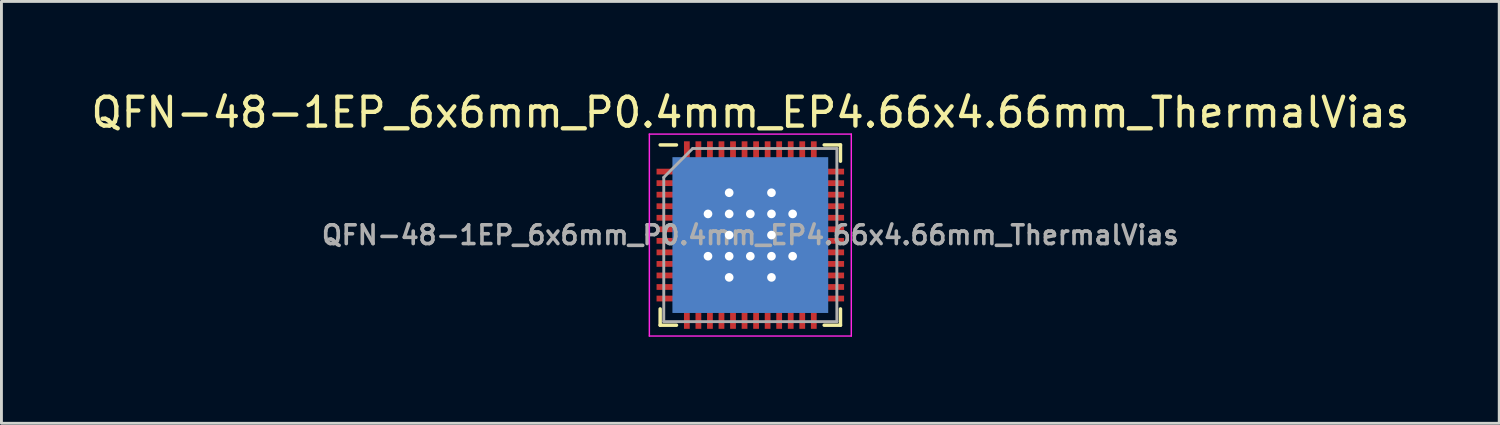
<source format=kicad_pcb>
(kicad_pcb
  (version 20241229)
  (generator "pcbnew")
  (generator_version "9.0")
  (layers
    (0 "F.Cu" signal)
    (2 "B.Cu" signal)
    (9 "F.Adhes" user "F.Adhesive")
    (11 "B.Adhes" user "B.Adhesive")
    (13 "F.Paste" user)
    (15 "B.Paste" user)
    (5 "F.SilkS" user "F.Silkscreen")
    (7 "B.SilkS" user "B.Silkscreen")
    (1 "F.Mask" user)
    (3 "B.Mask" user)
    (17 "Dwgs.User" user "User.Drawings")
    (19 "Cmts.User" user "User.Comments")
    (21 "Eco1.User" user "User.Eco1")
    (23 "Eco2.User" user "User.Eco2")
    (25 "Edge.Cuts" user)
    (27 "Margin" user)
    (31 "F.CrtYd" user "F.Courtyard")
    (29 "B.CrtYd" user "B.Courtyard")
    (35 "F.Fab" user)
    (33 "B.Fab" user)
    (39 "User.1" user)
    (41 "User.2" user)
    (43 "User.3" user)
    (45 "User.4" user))
  (footprint "QFN-48-1EP_6x6mm_P0.4mm_EP4.66x4.66mm_ThermalVias"
    (layer "F.Cu")
    (at 22.958 5.098)
    (property "Reference" "QFN-48-1EP_6x6mm_P0.4mm_EP4.66x4.66mm_ThermalVias" (at 0 -4.25 0) (layer "F.SilkS") (effects (font (size 1 1) (thickness 0.15))))
    (attr smd)
    (fp_line (start -3.125 -3.125) (end -2.56 -3.125) (stroke (width 0.12) (type solid)) (layer "F.SilkS"))
    (fp_line (start -3.125 3.125) (end -3.125 2.56) (stroke (width 0.12) (type solid)) (layer "F.SilkS"))
    (fp_line (start -2.56 3.125) (end -3.125 3.125) (stroke (width 0.12) (type solid)) (layer "F.SilkS"))
    (fp_line (start 2.56 -3.125) (end 3.125 -3.125) (stroke (width 0.12) (type solid)) (layer "F.SilkS"))
    (fp_line (start 2.56 3.125) (end 3.125 3.125) (stroke (width 0.12) (type solid)) (layer "F.SilkS"))
    (fp_line (start 3.125 -3.125) (end 3.125 -2.56) (stroke (width 0.12) (type solid)) (layer "F.SilkS"))
    (fp_line (start 3.125 3.125) (end 3.125 2.56) (stroke (width 0.12) (type solid)) (layer "F.SilkS"))
    (fp_line (start -3.5 -3.5) (end -3.5 3.5) (stroke (width 0.05) (type solid)) (layer "F.CrtYd"))
    (fp_line (start -3.5 3.5) (end 3.5 3.5) (stroke (width 0.05) (type solid)) (layer "F.CrtYd"))
    (fp_line (start 3.5 -3.5) (end -3.5 -3.5) (stroke (width 0.05) (type solid)) (layer "F.CrtYd"))
    (fp_line (start 3.5 3.5) (end 3.5 -3.5) (stroke (width 0.05) (type solid)) (layer "F.CrtYd"))
    (fp_line (start -3 -2) (end -2 -3) (stroke (width 0.1) (type solid)) (layer "F.Fab"))
    (fp_line (start -3 3) (end -3 -2) (stroke (width 0.1) (type solid)) (layer "F.Fab"))
    (fp_line (start -2 -3) (end 3 -3) (stroke (width 0.1) (type solid)) (layer "F.Fab"))
    (fp_line (start 3 -3) (end 3 3) (stroke (width 0.1) (type solid)) (layer "F.Fab"))
    (fp_line (start 3 3) (end -3 3) (stroke (width 0.1) (type solid)) (layer "F.Fab"))
    (fp_text user "${REFERENCE}" (at 0 0 0) (layer "F.Fab") (effects (font (size 0.65 0.65) (thickness 0.125))))
    (pad "" smd rect (at -1.467 -1.467) (size 1.08 1.08) (layers "F.Paste"))
    (pad "" smd rect (at -1.467 0) (size 1.08 1.08) (layers "F.Paste"))
    (pad "" smd rect (at -1.467 1.467) (size 1.08 1.08) (layers "F.Paste"))
    (pad "" smd rect (at 0 -1.467) (size 1.08 1.08) (layers "F.Paste"))
    (pad "" smd rect (at 0 0) (size 1.08 1.08) (layers "F.Paste"))
    (pad "" smd rect (at 0 1.467) (size 1.08 1.08) (layers "F.Paste"))
    (pad "" smd rect (at 1.467 -1.467) (size 1.08 1.08) (layers "F.Paste"))
    (pad "" smd rect (at 1.467 0) (size 1.08 1.08) (layers "F.Paste"))
    (pad "" smd rect (at 1.467 1.467) (size 1.08 1.08) (layers "F.Paste"))
    (pad "1" smd rect (at -2.925 -2.2) (size 0.65 0.2) (layers "F.Cu" "F.Mask" "F.Paste"))
    (pad "2" smd rect (at -2.925 -1.8) (size 0.65 0.2) (layers "F.Cu" "F.Mask" "F.Paste"))
    (pad "3" smd rect (at -2.925 -1.4) (size 0.65 0.2) (layers "F.Cu" "F.Mask" "F.Paste"))
    (pad "4" smd rect (at -2.925 -1) (size 0.65 0.2) (layers "F.Cu" "F.Mask" "F.Paste"))
    (pad "5" smd rect (at -2.925 -0.6) (size 0.65 0.2) (layers "F.Cu" "F.Mask" "F.Paste"))
    (pad "6" smd rect (at -2.925 -0.2) (size 0.65 0.2) (layers "F.Cu" "F.Mask" "F.Paste"))
    (pad "7" smd rect (at -2.925 0.2) (size 0.65 0.2) (layers "F.Cu" "F.Mask" "F.Paste"))
    (pad "8" smd rect (at -2.925 0.6) (size 0.65 0.2) (layers "F.Cu" "F.Mask" "F.Paste"))
    (pad "9" smd rect (at -2.925 1) (size 0.65 0.2) (layers "F.Cu" "F.Mask" "F.Paste"))
    (pad "10" smd rect (at -2.925 1.4) (size 0.65 0.2) (layers "F.Cu" "F.Mask" "F.Paste"))
    (pad "11" smd rect (at -2.925 1.8) (size 0.65 0.2) (layers "F.Cu" "F.Mask" "F.Paste"))
    (pad "12" smd rect (at -2.925 2.2) (size 0.65 0.2) (layers "F.Cu" "F.Mask" "F.Paste"))
    (pad "13" smd rect (at -2.2 2.925 90) (size 0.65 0.2) (layers "F.Cu" "F.Mask" "F.Paste"))
    (pad "14" smd rect (at -1.8 2.925 90) (size 0.65 0.2) (layers "F.Cu" "F.Mask" "F.Paste"))
    (pad "15" smd rect (at -1.4 2.925 90) (size 0.65 0.2) (layers "F.Cu" "F.Mask" "F.Paste"))
    (pad "16" smd rect (at -1 2.925 90) (size 0.65 0.2) (layers "F.Cu" "F.Mask" "F.Paste"))
    (pad "17" smd rect (at -0.6 2.925 90) (size 0.65 0.2) (layers "F.Cu" "F.Mask" "F.Paste"))
    (pad "18" smd rect (at -0.2 2.925 90) (size 0.65 0.2) (layers "F.Cu" "F.Mask" "F.Paste"))
    (pad "19" smd rect (at 0.2 2.925 90) (size 0.65 0.2) (layers "F.Cu" "F.Mask" "F.Paste"))
    (pad "20" smd rect (at 0.6 2.925 90) (size 0.65 0.2) (layers "F.Cu" "F.Mask" "F.Paste"))
    (pad "21" smd rect (at 1 2.925 90) (size 0.65 0.2) (layers "F.Cu" "F.Mask" "F.Paste"))
    (pad "22" smd rect (at 1.4 2.925 90) (size 0.65 0.2) (layers "F.Cu" "F.Mask" "F.Paste"))
    (pad "23" smd rect (at 1.8 2.925 90) (size 0.65 0.2) (layers "F.Cu" "F.Mask" "F.Paste"))
    (pad "24" smd rect (at 2.2 2.925 90) (size 0.65 0.2) (layers "F.Cu" "F.Mask" "F.Paste"))
    (pad "25" smd rect (at 2.925 2.2) (size 0.65 0.2) (layers "F.Cu" "F.Mask" "F.Paste"))
    (pad "26" smd rect (at 2.925 1.8) (size 0.65 0.2) (layers "F.Cu" "F.Mask" "F.Paste"))
    (pad "27" smd rect (at 2.925 1.4) (size 0.65 0.2) (layers "F.Cu" "F.Mask" "F.Paste"))
    (pad "28" smd rect (at 2.925 1) (size 0.65 0.2) (layers "F.Cu" "F.Mask" "F.Paste"))
    (pad "29" smd rect (at 2.925 0.6) (size 0.65 0.2) (layers "F.Cu" "F.Mask" "F.Paste"))
    (pad "30" smd rect (at 2.925 0.2) (size 0.65 0.2) (layers "F.Cu" "F.Mask" "F.Paste"))
    (pad "31" smd rect (at 2.925 -0.2) (size 0.65 0.2) (layers "F.Cu" "F.Mask" "F.Paste"))
    (pad "32" smd rect (at 2.925 -0.6) (size 0.65 0.2) (layers "F.Cu" "F.Mask" "F.Paste"))
    (pad "33" smd rect (at 2.925 -1) (size 0.65 0.2) (layers "F.Cu" "F.Mask" "F.Paste"))
    (pad "34" smd rect (at 2.925 -1.4) (size 0.65 0.2) (layers "F.Cu" "F.Mask" "F.Paste"))
    (pad "35" smd rect (at 2.925 -1.8) (size 0.65 0.2) (layers "F.Cu" "F.Mask" "F.Paste"))
    (pad "36" smd rect (at 2.925 -2.2) (size 0.65 0.2) (layers "F.Cu" "F.Mask" "F.Paste"))
    (pad "37" smd rect (at 2.2 -2.925 90) (size 0.65 0.2) (layers "F.Cu" "F.Mask" "F.Paste"))
    (pad "38" smd rect (at 1.8 -2.925 90) (size 0.65 0.2) (layers "F.Cu" "F.Mask" "F.Paste"))
    (pad "39" smd rect (at 1.4 -2.925 90) (size 0.65 0.2) (layers "F.Cu" "F.Mask" "F.Paste"))
    (pad "40" smd rect (at 1 -2.925 90) (size 0.65 0.2) (layers "F.Cu" "F.Mask" "F.Paste"))
    (pad "41" smd rect (at 0.6 -2.925 90) (size 0.65 0.2) (layers "F.Cu" "F.Mask" "F.Paste"))
    (pad "42" smd rect (at 0.2 -2.925 90) (size 0.65 0.2) (layers "F.Cu" "F.Mask" "F.Paste"))
    (pad "43" smd rect (at -0.2 -2.925 90) (size 0.65 0.2) (layers "F.Cu" "F.Mask" "F.Paste"))
    (pad "44" smd rect (at -0.6 -2.925 90) (size 0.65 0.2) (layers "F.Cu" "F.Mask" "F.Paste"))
    (pad "45" smd rect (at -1 -2.925 90) (size 0.65 0.2) (layers "F.Cu" "F.Mask" "F.Paste"))
    (pad "46" smd rect (at -1.4 -2.925 90) (size 0.65 0.2) (layers "F.Cu" "F.Mask" "F.Paste"))
    (pad "47" smd rect (at -1.8 -2.925 90) (size 0.65 0.2) (layers "F.Cu" "F.Mask" "F.Paste"))
    (pad "48" smd rect (at -2.2 -2.925 90) (size 0.65 0.2) (layers "F.Cu" "F.Mask" "F.Paste"))
    (pad "49" thru_hole circle (at -1.467 -0.733) (size 0.6 0.6) (drill 0.3) (layers "*.Cu"))
    (pad "49" thru_hole circle (at -1.467 0.733) (size 0.6 0.6) (drill 0.3) (layers "*.Cu"))
    (pad "49" thru_hole circle (at -0.733 -1.467) (size 0.6 0.6) (drill 0.3) (layers "*.Cu"))
    (pad "49" thru_hole circle (at -0.733 -0.733) (size 0.6 0.6) (drill 0.3) (layers "*.Cu"))
    (pad "49" thru_hole circle (at -0.733 0) (size 0.6 0.6) (drill 0.3) (layers "*.Cu"))
    (pad "49" thru_hole circle (at -0.733 0.733) (size 0.6 0.6) (drill 0.3) (layers "*.Cu"))
    (pad "49" thru_hole circle (at -0.733 1.467) (size 0.6 0.6) (drill 0.3) (layers "*.Cu"))
    (pad "49" thru_hole circle (at 0 -0.733) (size 0.6 0.6) (drill 0.3) (layers "*.Cu"))
    (pad "49" smd rect (at 0 0) (size 4.4 4.4) (layers "F.Cu" "F.Mask"))
    (pad "49" smd rect (at 0 0) (size 5.4 5.4) (layers "B.Cu"))
    (pad "49" thru_hole circle (at 0 0.733) (size 0.6 0.6) (drill 0.3) (layers "*.Cu"))
    (pad "49" thru_hole circle (at 0.733 -1.467) (size 0.6 0.6) (drill 0.3) (layers "*.Cu"))
    (pad "49" thru_hole circle (at 0.733 -0.733) (size 0.6 0.6) (drill 0.3) (layers "*.Cu"))
    (pad "49" thru_hole circle (at 0.733 0) (size 0.6 0.6) (drill 0.3) (layers "*.Cu"))
    (pad "49" thru_hole circle (at 0.733 0.733) (size 0.6 0.6) (drill 0.3) (layers "*.Cu"))
    (pad "49" thru_hole circle (at 0.733 1.467) (size 0.6 0.6) (drill 0.3) (layers "*.Cu"))
    (pad "49" thru_hole circle (at 1.467 -0.733) (size 0.6 0.6) (drill 0.3) (layers "*.Cu"))
    (pad "49" thru_hole circle (at 1.467 0.733) (size 0.6 0.6) (drill 0.3) (layers "*.Cu")))
  (gr_rect
    (start -3 -3)
    (end 48.917 11.623)
    (stroke (width 0.1) (type default))
    (fill no)
    (layer "Edge.Cuts")))
</source>
